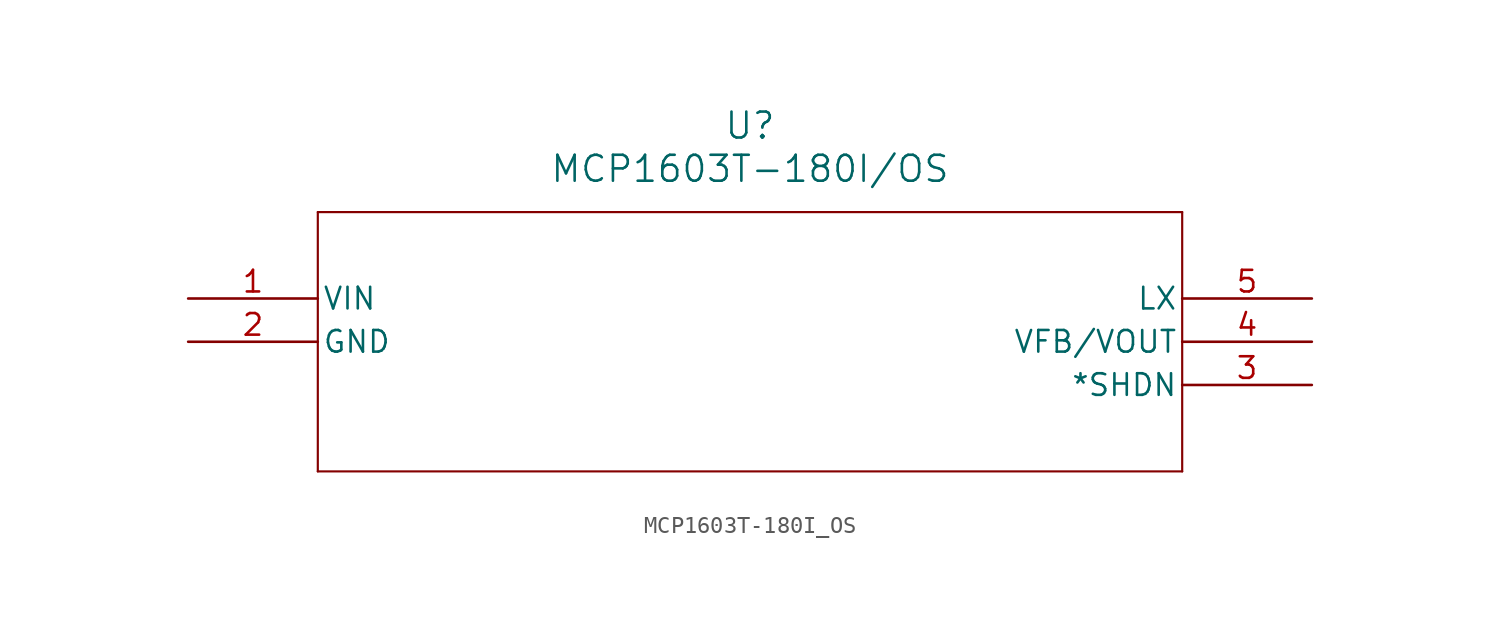
<source format=kicad_sym>
(kicad_symbol_lib
  (version 20211014)
  (generator kicad_symbol_editor)
  (symbol "MCP1603T-180I_OS"
    (pin_names
      (offset 0.254))
    (property "Reference" "U"
      (at 33.02 10.16 0)
      (effects (font (size 1.524 1.524))))
    (property "Value" "MCP1603T-180I/OS"
      (at 33.02 7.62 0)
      (effects (font (size 1.524 1.524))))
    (symbol "MCP1603T-180I_OS_0_1"
      (polyline (pts (xy 7.62 5.08) (xy 7.62 -10.16)) (stroke (width 0.127) (type default) (color 0 0 0 0)) (fill (type none)))
      (polyline (pts (xy 7.62 -10.16) (xy 58.42 -10.16)) (stroke (width 0.127) (type default) (color 0 0 0 0)) (fill (type none)))
      (polyline (pts (xy 58.42 -10.16) (xy 58.42 5.08)) (stroke (width 0.127) (type default) (color 0 0 0 0)) (fill (type none)))
      (polyline (pts (xy 58.42 5.08) (xy 7.62 5.08)) (stroke (width 0.127) (type default) (color 0 0 0 0)) (fill (type none)))
      (pin unspecified line (at 0 0 0) (length 7.62) (name "VIN" (effects (font (size 1.27 1.27)))) (number "1" (effects (font (size 1.27 1.27)))))
      (pin unspecified line (at 0 -2.54 0) (length 7.62) (name "GND" (effects (font (size 1.27 1.27)))) (number "2" (effects (font (size 1.27 1.27)))))
      (pin unspecified line (at 66.04 -5.08 180) (length 7.62) (name "*SHDN" (effects (font (size 1.27 1.27)))) (number "3" (effects (font (size 1.27 1.27)))))
      (pin unspecified line (at 66.04 -2.54 180) (length 7.62) (name "VFB/VOUT" (effects (font (size 1.27 1.27)))) (number "4" (effects (font (size 1.27 1.27)))))
      (pin unspecified line (at 66.04 0 180) (length 7.62) (name "LX" (effects (font (size 1.27 1.27)))) (number "5" (effects (font (size 1.27 1.27))))))))
</source>
